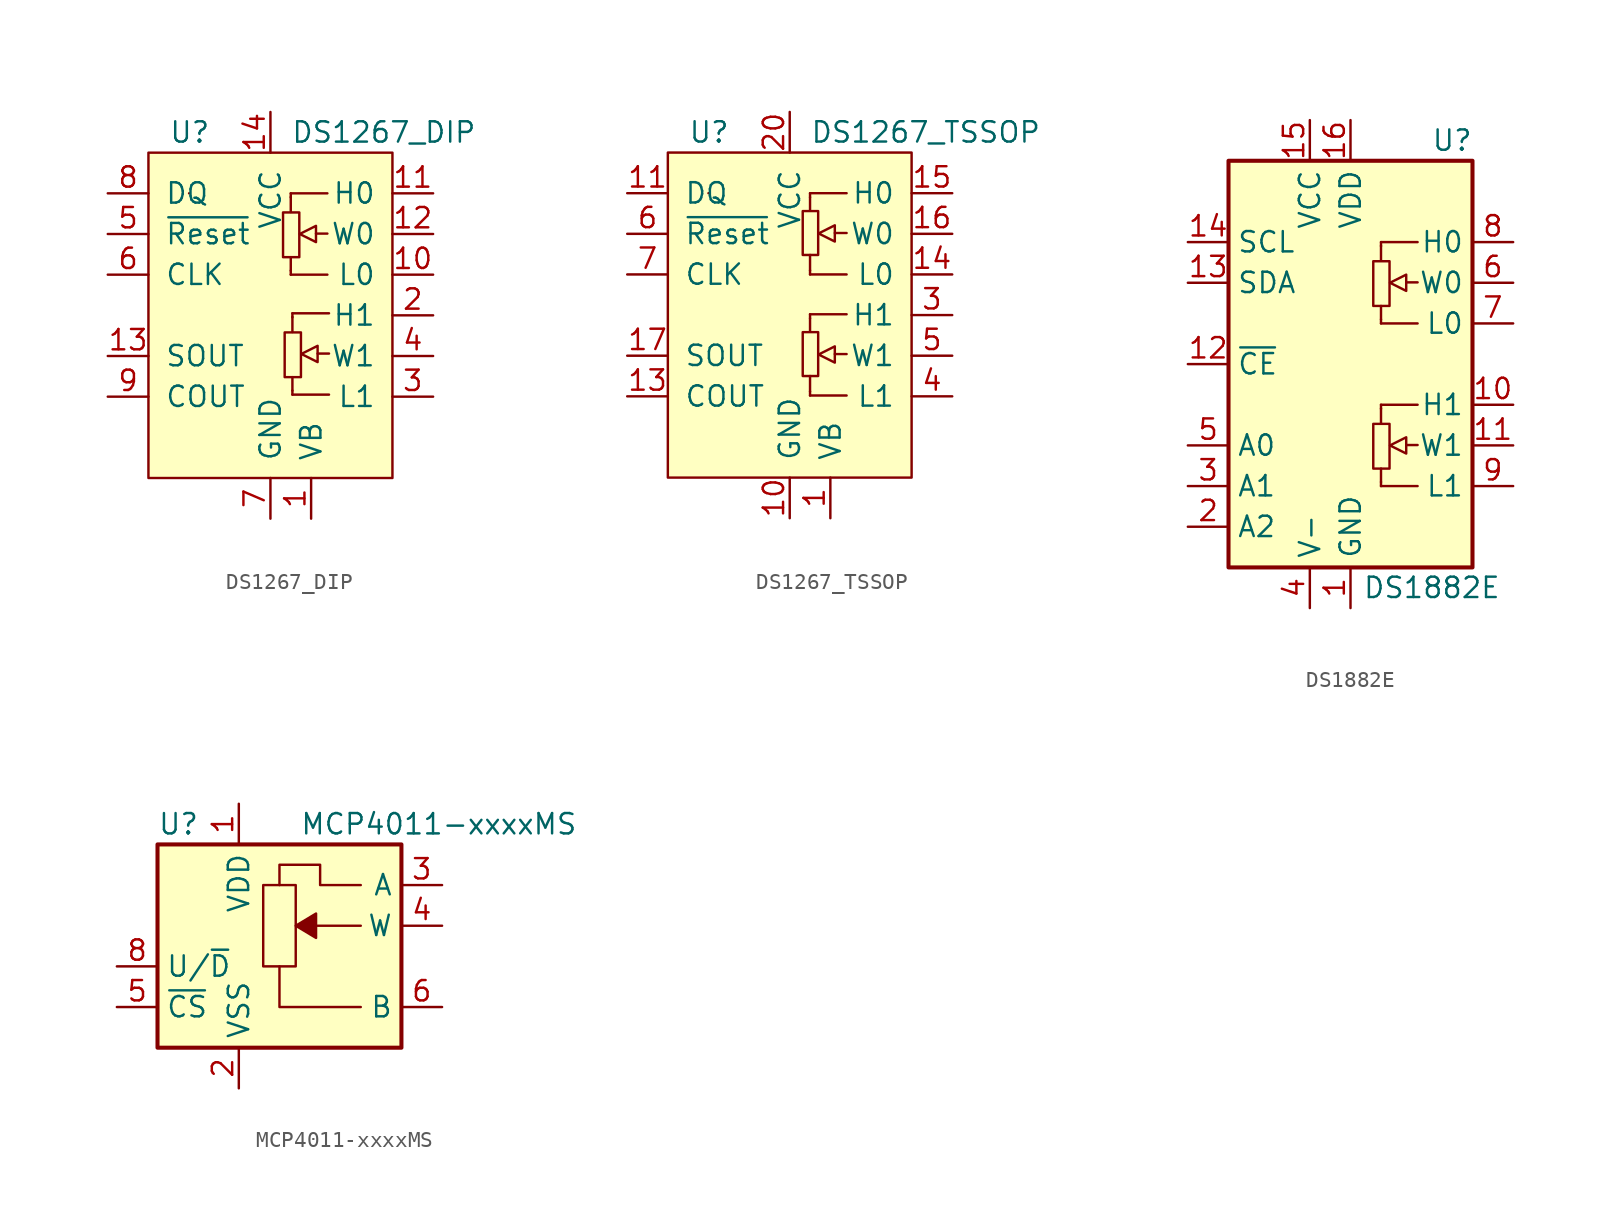
<source format=kicad_sym>
(kicad_symbol_lib
  (version 20241209)
  (generator "kicad_symbol_editor")
  (generator_version "9.0")
  (symbol "DS1267_DIP"
    (pin_names
      (offset 1.016))
    (property "Reference" "U"
      (at -6.35 11.43 0)
      (effects (font (size 1.27 1.27)) (justify left)))
    (property "Value" "DS1267_DIP"
      (at 1.27 11.43 0)
      (effects (font (size 1.27 1.27)) (justify left)))
    (symbol "DS1267_DIP_0_1"
      (rectangle (start -7.62 10.16) (end 7.62 -10.16) (stroke (width 0) (type default)) (fill (type background)))
      (rectangle (start -5.08 7.62) (end -5.08 7.62) (stroke (width 0) (type default)) (fill (type none)))
      (rectangle (start 0.787 6.426) (end 1.803 3.632) (stroke (width 0) (type default)) (fill (type none)))
      (rectangle (start 0.889 -1.067) (end 1.905 -3.861) (stroke (width 0) (type default)) (fill (type none)))
      (polyline (pts (xy 1.27 7.62) (xy 1.27 7.366) (xy 1.27 7.366)) (stroke (width 0) (type default)) (fill (type none)))
      (polyline (pts (xy 1.27 7.62) (xy 3.556 7.62) (xy 3.556 7.62)) (stroke (width 0) (type default)) (fill (type background)))
      (polyline (pts (xy 1.27 7.391) (xy 1.27 6.452)) (stroke (width 0) (type default)) (fill (type none)))
      (polyline (pts (xy 1.27 2.794) (xy 1.27 3.632)) (stroke (width 0) (type default)) (fill (type none)))
      (polyline (pts (xy 1.27 2.54) (xy 1.27 2.794) (xy 1.27 2.794)) (stroke (width 0) (type default)) (fill (type background)))
      (polyline (pts (xy 1.27 2.54) (xy 3.556 2.54) (xy 3.556 2.54)) (stroke (width 0) (type default)) (fill (type background)))
      (polyline (pts (xy 1.372 0.127) (xy 1.372 -0.127) (xy 1.372 -0.127)) (stroke (width 0) (type default)) (fill (type none)))
      (polyline (pts (xy 1.372 0.127) (xy 3.658 0.127) (xy 3.658 0.127)) (stroke (width 0) (type default)) (fill (type background)))
      (polyline (pts (xy 1.372 -0.102) (xy 1.372 -1.041)) (stroke (width 0) (type default)) (fill (type none)))
      (polyline (pts (xy 1.372 -4.699) (xy 1.372 -3.861)) (stroke (width 0) (type default)) (fill (type none)))
      (polyline (pts (xy 1.372 -4.953) (xy 1.372 -4.699) (xy 1.372 -4.699)) (stroke (width 0) (type default)) (fill (type background)))
      (polyline (pts (xy 1.372 -4.953) (xy 3.658 -4.953) (xy 3.658 -4.953)) (stroke (width 0) (type default)) (fill (type background)))
      (polyline (pts (xy 2.845 5.588) (xy 2.845 4.572) (xy 1.829 5.08) (xy 2.845 5.588) (xy 2.845 5.588)) (stroke (width 0) (type default)) (fill (type background)))
      (polyline (pts (xy 2.845 5.105) (xy 3.556 5.105)) (stroke (width 0) (type default)) (fill (type none)))
      (polyline (pts (xy 2.946 -1.905) (xy 2.946 -2.921) (xy 1.93 -2.413) (xy 2.946 -1.905) (xy 2.946 -1.905)) (stroke (width 0) (type default)) (fill (type background)))
      (polyline (pts (xy 2.946 -2.388) (xy 3.658 -2.388)) (stroke (width 0) (type default)) (fill (type none))))
    (symbol "DS1267_DIP_1_1"
      (pin input line (at -10.16 7.62 0) (length 2.54) (name "DQ" (effects (font (size 1.27 1.27)))) (number "8" (effects (font (size 1.27 1.27)))))
      (pin input line (at -10.16 5.08 0) (length 2.54) (name "~{Reset}" (effects (font (size 1.27 1.27)))) (number "5" (effects (font (size 1.27 1.27)))))
      (pin input line (at -10.16 2.54 0) (length 2.54) (name "CLK" (effects (font (size 1.27 1.27)))) (number "6" (effects (font (size 1.27 1.27)))))
      (pin output line (at -10.16 -2.54 0) (length 2.54) (name "SOUT" (effects (font (size 1.27 1.27)))) (number "13" (effects (font (size 1.27 1.27)))))
      (pin output line (at -10.16 -5.08 0) (length 2.54) (name "COUT" (effects (font (size 1.27 1.27)))) (number "9" (effects (font (size 1.27 1.27)))))
      (pin power_in line (at 0 12.7 270) (length 2.54) (name "VCC" (effects (font (size 1.27 1.27)))) (number "14" (effects (font (size 1.27 1.27)))))
      (pin power_in line (at 0 -12.7 90) (length 2.54) (name "GND" (effects (font (size 1.27 1.27)))) (number "7" (effects (font (size 1.27 1.27)))))
      (pin power_in line (at 2.54 -12.7 90) (length 2.54) (name "VB" (effects (font (size 1.27 1.27)))) (number "1" (effects (font (size 1.27 1.27)))))
      (pin passive line (at 10.16 7.62 180) (length 2.54) (name "H0" (effects (font (size 1.27 1.27)))) (number "11" (effects (font (size 1.27 1.27)))))
      (pin passive line (at 10.16 5.08 180) (length 2.54) (name "W0" (effects (font (size 1.27 1.27)))) (number "12" (effects (font (size 1.27 1.27)))))
      (pin passive line (at 10.16 2.54 180) (length 2.54) (name "L0" (effects (font (size 1.27 1.27)))) (number "10" (effects (font (size 1.27 1.27)))))
      (pin passive line (at 10.16 0 180) (length 2.54) (name "H1" (effects (font (size 1.27 1.27)))) (number "2" (effects (font (size 1.27 1.27)))))
      (pin passive line (at 10.16 -2.54 180) (length 2.54) (name "W1" (effects (font (size 1.27 1.27)))) (number "4" (effects (font (size 1.27 1.27)))))
      (pin passive line (at 10.16 -5.08 180) (length 2.54) (name "L1" (effects (font (size 1.27 1.27)))) (number "3" (effects (font (size 1.27 1.27)))))))
  (symbol "DS1267_TSSOP"
    (pin_names
      (offset 1.016))
    (property "Reference" "U"
      (at -6.35 11.43 0)
      (effects (font (size 1.27 1.27)) (justify left)))
    (property "Value" "DS1267_TSSOP"
      (at 1.27 11.43 0)
      (effects (font (size 1.27 1.27)) (justify left)))
    (symbol "DS1267_TSSOP_0_1"
      (rectangle (start -7.62 10.16) (end 7.62 -10.16) (stroke (width 0) (type default)) (fill (type background)))
      (rectangle (start -5.08 7.62) (end -5.08 7.62) (stroke (width 0) (type default)) (fill (type none)))
      (rectangle (start 0.813 6.502) (end 1.778 3.759) (stroke (width 0) (type default)) (fill (type none)))
      (rectangle (start 0.813 -1.067) (end 1.778 -3.81) (stroke (width 0) (type default)) (fill (type none)))
      (polyline (pts (xy 1.27 7.62) (xy 1.27 7.366) (xy 1.27 7.366)) (stroke (width 0) (type default)) (fill (type none)))
      (polyline (pts (xy 1.27 7.62) (xy 3.556 7.62) (xy 3.556 7.62)) (stroke (width 0) (type default)) (fill (type background)))
      (polyline (pts (xy 1.27 7.366) (xy 1.27 6.528)) (stroke (width 0) (type default)) (fill (type none)))
      (polyline (pts (xy 1.27 2.794) (xy 1.27 3.759)) (stroke (width 0) (type default)) (fill (type none)))
      (polyline (pts (xy 1.27 2.54) (xy 1.27 2.794) (xy 1.27 2.794)) (stroke (width 0) (type default)) (fill (type background)))
      (polyline (pts (xy 1.27 2.54) (xy 3.556 2.54) (xy 3.556 2.54)) (stroke (width 0) (type default)) (fill (type background)))
      (polyline (pts (xy 1.27 0.051) (xy 1.27 -0.203) (xy 1.27 -0.203)) (stroke (width 0) (type default)) (fill (type none)))
      (polyline (pts (xy 1.27 0.051) (xy 3.556 0.051) (xy 3.556 0.051)) (stroke (width 0) (type default)) (fill (type background)))
      (polyline (pts (xy 1.27 -0.203) (xy 1.27 -1.041)) (stroke (width 0) (type default)) (fill (type none)))
      (polyline (pts (xy 1.27 -4.775) (xy 1.27 -3.81)) (stroke (width 0) (type default)) (fill (type none)))
      (polyline (pts (xy 1.27 -5.029) (xy 1.27 -4.775) (xy 1.27 -4.775)) (stroke (width 0) (type default)) (fill (type background)))
      (polyline (pts (xy 1.27 -5.029) (xy 3.556 -5.029) (xy 3.556 -5.029)) (stroke (width 0) (type default)) (fill (type background)))
      (polyline (pts (xy 2.819 5.613) (xy 2.819 4.597) (xy 1.803 5.105) (xy 2.819 5.613) (xy 2.819 5.613)) (stroke (width 0) (type default)) (fill (type background)))
      (polyline (pts (xy 2.819 5.131) (xy 3.556 5.131)) (stroke (width 0) (type default)) (fill (type none)))
      (polyline (pts (xy 2.819 -1.956) (xy 2.819 -2.972) (xy 1.803 -2.464) (xy 2.819 -1.956) (xy 2.819 -1.956)) (stroke (width 0) (type default)) (fill (type background)))
      (polyline (pts (xy 2.819 -2.438) (xy 3.556 -2.438)) (stroke (width 0) (type default)) (fill (type none))))
    (symbol "DS1267_TSSOP_1_1"
      (pin input line (at -10.16 7.62 0) (length 2.54) (name "DQ" (effects (font (size 1.27 1.27)))) (number "11" (effects (font (size 1.27 1.27)))))
      (pin input line (at -10.16 5.08 0) (length 2.54) (name "~{Reset}" (effects (font (size 1.27 1.27)))) (number "6" (effects (font (size 1.27 1.27)))))
      (pin input line (at -10.16 2.54 0) (length 2.54) (name "CLK" (effects (font (size 1.27 1.27)))) (number "7" (effects (font (size 1.27 1.27)))))
      (pin output line (at -10.16 -2.54 0) (length 2.54) (name "SOUT" (effects (font (size 1.27 1.27)))) (number "17" (effects (font (size 1.27 1.27)))))
      (pin output line (at -10.16 -5.08 0) (length 2.54) (name "COUT" (effects (font (size 1.27 1.27)))) (number "13" (effects (font (size 1.27 1.27)))))
      (pin power_in line (at 0 12.7 270) (length 2.54) (name "VCC" (effects (font (size 1.27 1.27)))) (number "20" (effects (font (size 1.27 1.27)))))
      (pin power_in line (at 0 -12.7 90) (length 2.54) (name "GND" (effects (font (size 1.27 1.27)))) (number "10" (effects (font (size 1.27 1.27)))))
      (pin power_in line (at 2.54 -12.7 90) (length 2.54) (name "VB" (effects (font (size 1.27 1.27)))) (number "1" (effects (font (size 1.27 1.27)))))
      (pin passive line (at 10.16 7.62 180) (length 2.54) (name "H0" (effects (font (size 1.27 1.27)))) (number "15" (effects (font (size 1.27 1.27)))))
      (pin passive line (at 10.16 5.08 180) (length 2.54) (name "W0" (effects (font (size 1.27 1.27)))) (number "16" (effects (font (size 1.27 1.27)))))
      (pin passive line (at 10.16 2.54 180) (length 2.54) (name "L0" (effects (font (size 1.27 1.27)))) (number "14" (effects (font (size 1.27 1.27)))))
      (pin passive line (at 10.16 0 180) (length 2.54) (name "H1" (effects (font (size 1.27 1.27)))) (number "3" (effects (font (size 1.27 1.27)))))
      (pin passive line (at 10.16 -2.54 180) (length 2.54) (name "W1" (effects (font (size 1.27 1.27)))) (number "5" (effects (font (size 1.27 1.27)))))
      (pin passive line (at 10.16 -5.08 180) (length 2.54) (name "L1" (effects (font (size 1.27 1.27)))) (number "4" (effects (font (size 1.27 1.27)))))))
  (symbol "DS1882E"
    (property "Reference" "U"
      (at 6.35 13.97 0)
      (effects (font (size 1.27 1.27))))
    (property "Value" "DS1882E"
      (at 5.08 -13.97 0)
      (effects (font (size 1.27 1.27))))
    (symbol "DS1882E_0_1"
      (rectangle (start -7.62 12.7) (end 7.62 -12.7) (stroke (width 0.254) (type default)) (fill (type background))))
    (symbol "DS1882E_1_1"
      (rectangle (start 1.422 6.426) (end 2.438 3.632) (stroke (width 0) (type default)) (fill (type none)))
      (rectangle (start 1.422 -3.734) (end 2.438 -6.528) (stroke (width 0) (type default)) (fill (type none)))
      (polyline (pts (xy 1.905 7.62) (xy 1.905 7.366) (xy 1.905 7.366)) (stroke (width 0) (type default)) (fill (type none)))
      (polyline (pts (xy 1.905 7.62) (xy 4.191 7.62) (xy 4.191 7.62)) (stroke (width 0) (type default)) (fill (type background)))
      (polyline (pts (xy 1.905 7.391) (xy 1.905 6.452)) (stroke (width 0) (type default)) (fill (type none)))
      (polyline (pts (xy 1.905 2.794) (xy 1.905 3.632)) (stroke (width 0) (type default)) (fill (type none)))
      (polyline (pts (xy 1.905 2.54) (xy 1.905 2.794) (xy 1.905 2.794)) (stroke (width 0) (type default)) (fill (type background)))
      (polyline (pts (xy 1.905 2.54) (xy 4.191 2.54) (xy 4.191 2.54)) (stroke (width 0) (type default)) (fill (type background)))
      (polyline (pts (xy 1.905 -2.54) (xy 1.905 -2.794) (xy 1.905 -2.794)) (stroke (width 0) (type default)) (fill (type none)))
      (polyline (pts (xy 1.905 -2.54) (xy 4.191 -2.54) (xy 4.191 -2.54)) (stroke (width 0) (type default)) (fill (type background)))
      (polyline (pts (xy 1.905 -2.769) (xy 1.905 -3.708)) (stroke (width 0) (type default)) (fill (type none)))
      (polyline (pts (xy 1.905 -7.366) (xy 1.905 -6.528)) (stroke (width 0) (type default)) (fill (type none)))
      (polyline (pts (xy 1.905 -7.62) (xy 1.905 -7.366) (xy 1.905 -7.366)) (stroke (width 0) (type default)) (fill (type background)))
      (polyline (pts (xy 1.905 -7.62) (xy 4.191 -7.62) (xy 4.191 -7.62)) (stroke (width 0) (type default)) (fill (type background)))
      (polyline (pts (xy 3.48 5.588) (xy 3.48 4.572) (xy 2.464 5.08) (xy 3.48 5.588) (xy 3.48 5.588)) (stroke (width 0) (type default)) (fill (type background)))
      (polyline (pts (xy 3.48 5.105) (xy 4.191 5.105)) (stroke (width 0) (type default)) (fill (type none)))
      (polyline (pts (xy 3.48 -4.572) (xy 3.48 -5.588) (xy 2.464 -5.08) (xy 3.48 -4.572) (xy 3.48 -4.572)) (stroke (width 0) (type default)) (fill (type background)))
      (polyline (pts (xy 3.48 -5.055) (xy 4.191 -5.055)) (stroke (width 0) (type default)) (fill (type none)))
      (pin input line (at -10.16 7.62 0) (length 2.54) (name "SCL" (effects (font (size 1.27 1.27)))) (number "14" (effects (font (size 1.27 1.27)))))
      (pin bidirectional line (at -10.16 5.08 0) (length 2.54) (name "SDA" (effects (font (size 1.27 1.27)))) (number "13" (effects (font (size 1.27 1.27)))))
      (pin input line (at -10.16 0 0) (length 2.54) (name "~{CE}" (effects (font (size 1.27 1.27)))) (number "12" (effects (font (size 1.27 1.27)))))
      (pin input line (at -10.16 -5.08 0) (length 2.54) (name "A0" (effects (font (size 1.27 1.27)))) (number "5" (effects (font (size 1.27 1.27)))))
      (pin input line (at -10.16 -7.62 0) (length 2.54) (name "A1" (effects (font (size 1.27 1.27)))) (number "3" (effects (font (size 1.27 1.27)))))
      (pin input line (at -10.16 -10.16 0) (length 2.54) (name "A2" (effects (font (size 1.27 1.27)))) (number "2" (effects (font (size 1.27 1.27)))))
      (pin power_in line (at -2.54 15.24 270) (length 2.54) (name "VCC" (effects (font (size 1.27 1.27)))) (number "15" (effects (font (size 1.27 1.27)))))
      (pin power_in line (at -2.54 -15.24 90) (length 2.54) (name "V-" (effects (font (size 1.27 1.27)))) (number "4" (effects (font (size 1.27 1.27)))))
      (pin power_in line (at 0 15.24 270) (length 2.54) (name "VDD" (effects (font (size 1.27 1.27)))) (number "16" (effects (font (size 1.27 1.27)))))
      (pin power_in line (at 0 -15.24 90) (length 2.54) (name "GND" (effects (font (size 1.27 1.27)))) (number "1" (effects (font (size 1.27 1.27)))))
      (pin passive line (at 10.16 7.62 180) (length 2.54) (name "H0" (effects (font (size 1.27 1.27)))) (number "8" (effects (font (size 1.27 1.27)))))
      (pin passive line (at 10.16 5.08 180) (length 2.54) (name "W0" (effects (font (size 1.27 1.27)))) (number "6" (effects (font (size 1.27 1.27)))))
      (pin passive line (at 10.16 2.54 180) (length 2.54) (name "L0" (effects (font (size 1.27 1.27)))) (number "7" (effects (font (size 1.27 1.27)))))
      (pin passive line (at 10.16 -2.54 180) (length 2.54) (name "H1" (effects (font (size 1.27 1.27)))) (number "10" (effects (font (size 1.27 1.27)))))
      (pin passive line (at 10.16 -5.08 180) (length 2.54) (name "W1" (effects (font (size 1.27 1.27)))) (number "11" (effects (font (size 1.27 1.27)))))
      (pin passive line (at 10.16 -7.62 180) (length 2.54) (name "L1" (effects (font (size 1.27 1.27)))) (number "9" (effects (font (size 1.27 1.27)))))))
  (symbol "MCP4011-xxxxMS"
    (property "Reference" "U"
      (at -7.62 8.89 0)
      (effects (font (size 1.27 1.27)) (justify left)))
    (property "Value" "MCP4011-xxxxMS"
      (at 1.27 8.89 0)
      (effects (font (size 1.27 1.27)) (justify left)))
    (symbol "MCP4011-xxxxMS_0_1"
      (polyline (pts (xy 0 0) (xy 0 -2.54) (xy 5.08 -2.54)) (stroke (width 0) (type default)) (fill (type none)))
      (polyline (pts (xy 5.08 5.08) (xy 2.54 5.08) (xy 2.54 6.35) (xy 0 6.35) (xy 0 5.08)) (stroke (width 0) (type default)) (fill (type none)))
      (polyline (pts (xy 5.08 2.54) (xy 3.81 2.54) (xy 1.27 2.54)) (stroke (width 0) (type default)) (fill (type none))))
    (symbol "MCP4011-xxxxMS_1_1"
      (rectangle (start -7.62 7.62) (end 7.62 -5.08) (stroke (width 0.254) (type default)) (fill (type background)))
      (rectangle (start 1.016 0) (end -1.016 5.08) (stroke (width 0) (type default)) (fill (type none)))
      (polyline (pts (xy 2.286 1.778) (xy 2.286 3.302) (xy 1.016 2.54) (xy 2.286 1.778)) (stroke (width 0) (type default)) (fill (type outline)))
      (pin input line (at -10.16 0 0) (length 2.54) (name "U/~{D}" (effects (font (size 1.27 1.27)))) (number "8" (effects (font (size 1.27 1.27)))))
      (pin input line (at -10.16 -2.54 0) (length 2.54) (name "~{CS}" (effects (font (size 1.27 1.27)))) (number "5" (effects (font (size 1.27 1.27)))))
      (pin no_connect line (at -7.62 5.08 0) (length 2.54) (hide yes) (name "NC" (effects (font (size 1.27 1.27)))) (number "7" (effects (font (size 1.27 1.27)))))
      (pin power_in line (at -2.54 10.16 270) (length 2.54) (name "VDD" (effects (font (size 1.27 1.27)))) (number "1" (effects (font (size 1.27 1.27)))))
      (pin power_in line (at -2.54 -7.62 90) (length 2.54) (name "VSS" (effects (font (size 1.27 1.27)))) (number "2" (effects (font (size 1.27 1.27)))))
      (pin passive line (at 10.16 5.08 180) (length 2.54) (name "A" (effects (font (size 1.27 1.27)))) (number "3" (effects (font (size 1.27 1.27)))))
      (pin passive line (at 10.16 2.54 180) (length 2.54) (name "W" (effects (font (size 1.27 1.27)))) (number "4" (effects (font (size 1.27 1.27)))))
      (pin passive line (at 10.16 -2.54 180) (length 2.54) (name "B" (effects (font (size 1.27 1.27)))) (number "6" (effects (font (size 1.27 1.27))))))))
</source>
